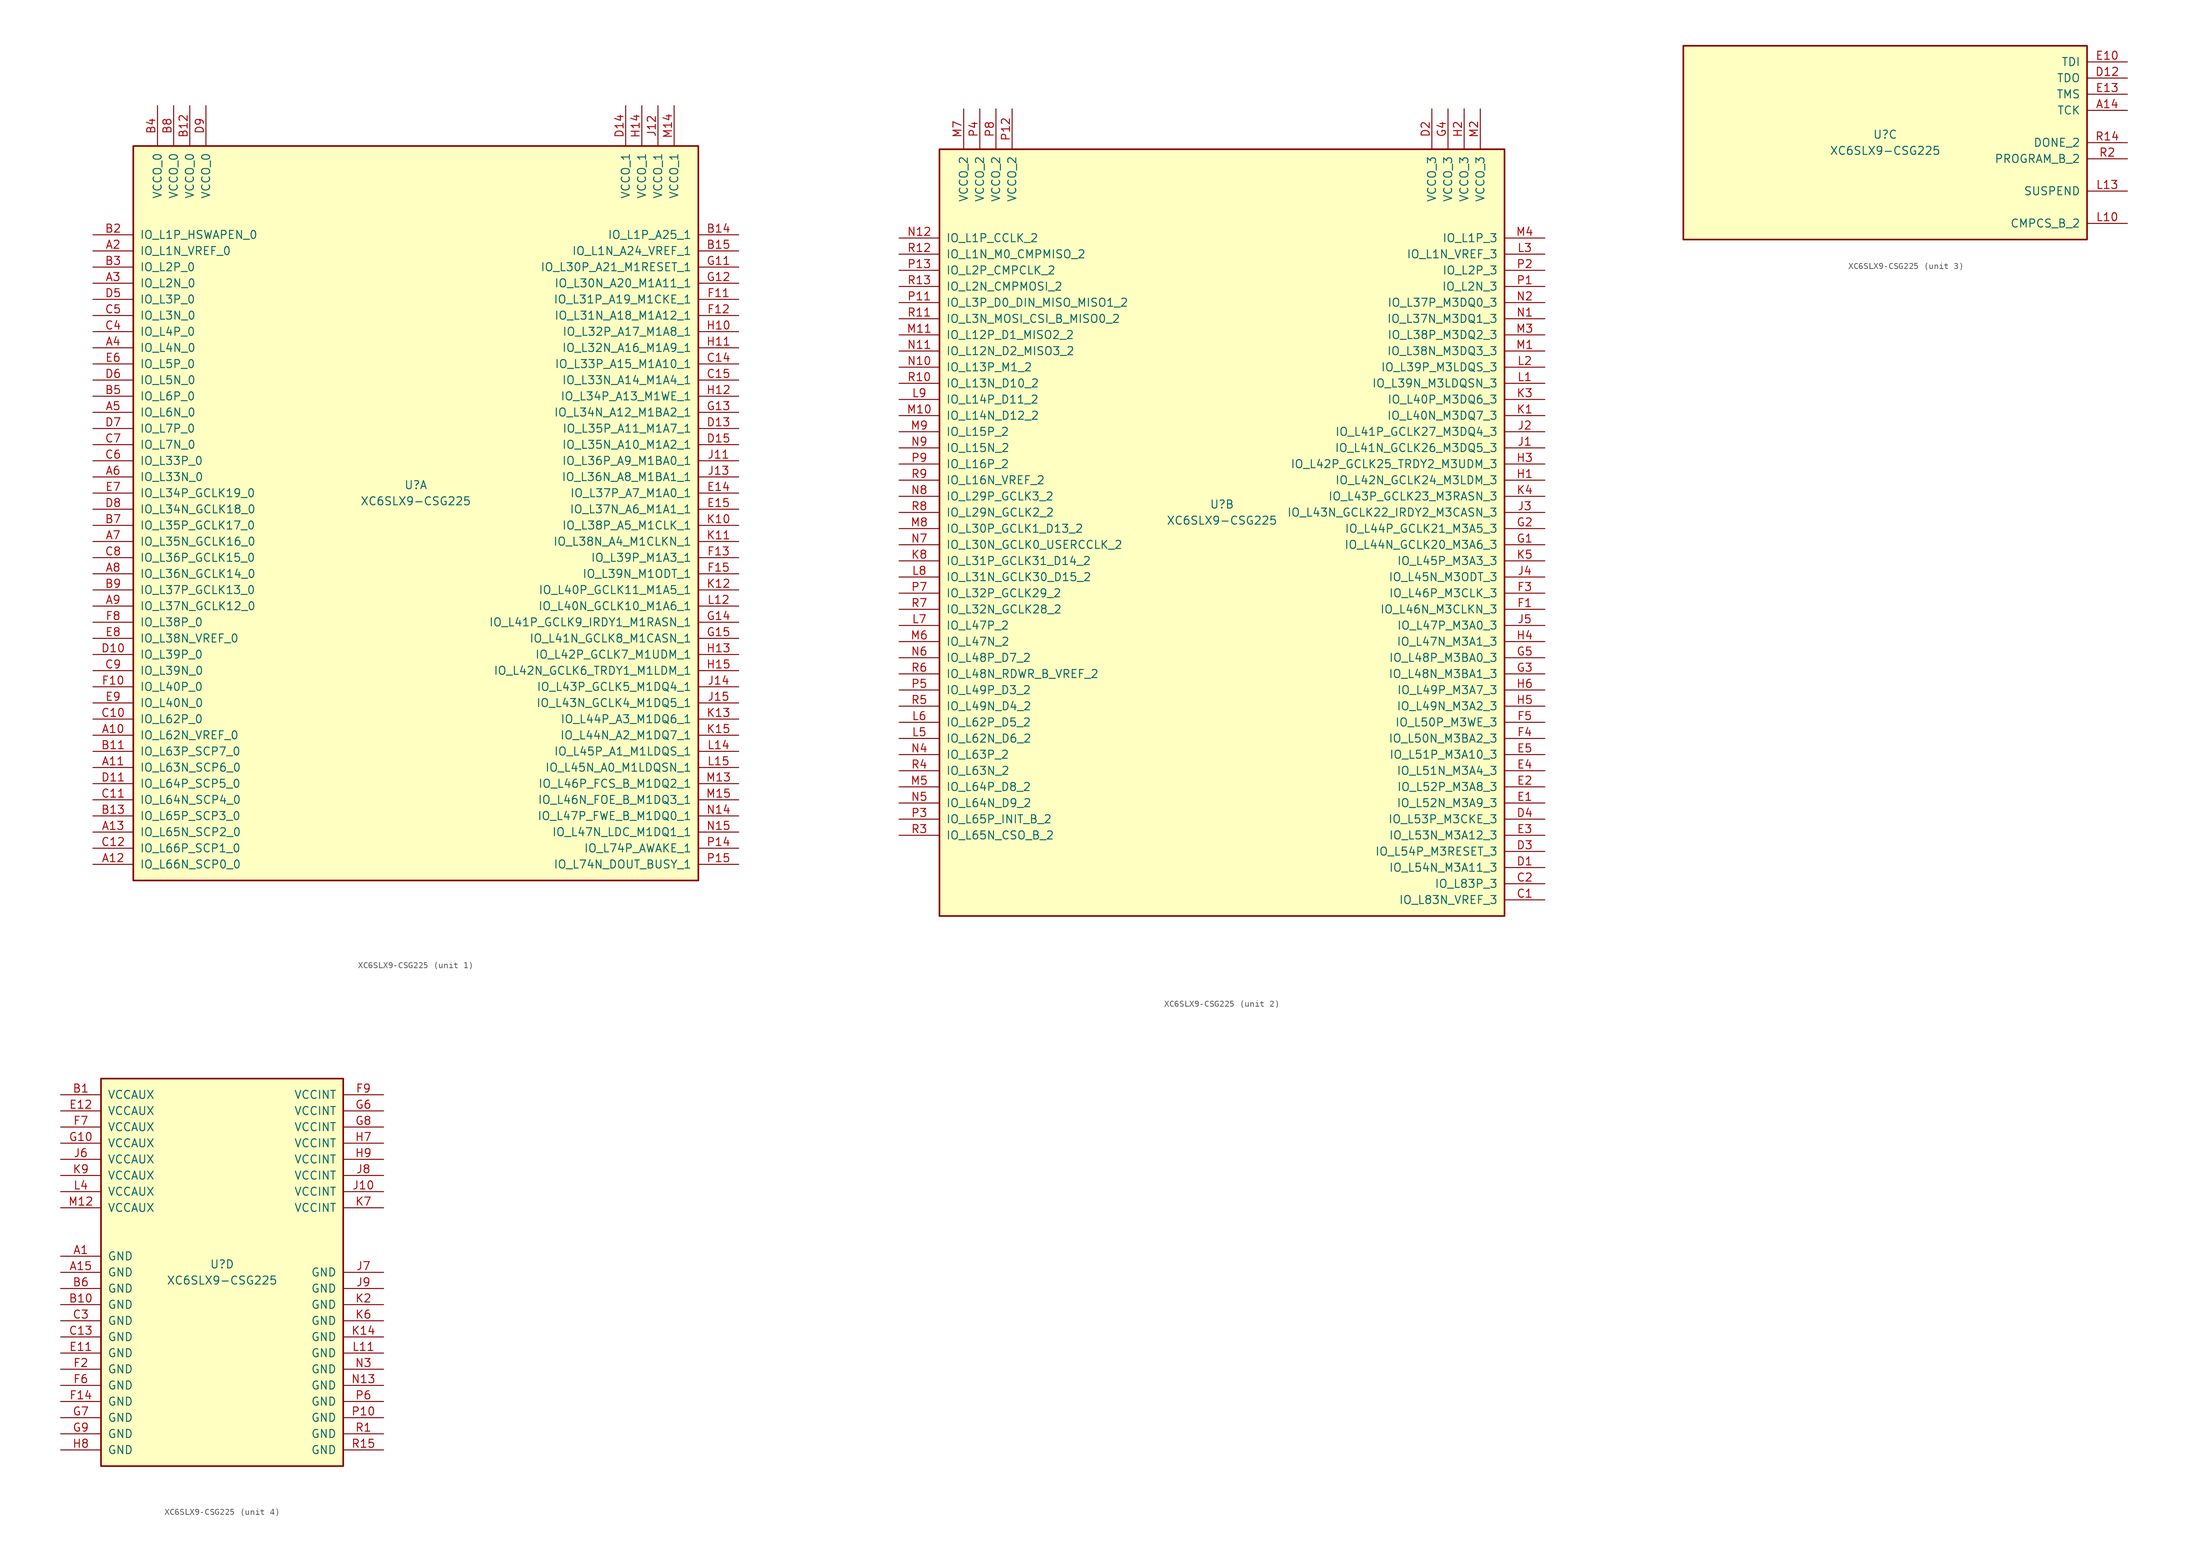
<source format=kicad_sym>
(kicad_symbol_lib
  (version 20220914)
  (generator kicad_symbol_editor)
  (symbol "XC6SLX9-CSG225"
    (pin_names
      (offset 1.016))
    (property "Reference" "U"
      (at 0 1.27 0)
      (effects (font (size 1.27 1.27))))
    (property "Value" "XC6SLX9-CSG225"
      (at 0 -1.27 0)
      (effects (font (size 1.27 1.27))))
    (property "Datasheet" ""
      (at 0 0 0)
      (effects (font (size 1.27 1.27))))
    (property "ki_locked" ""
      (at 0 0 0)
      (effects (font (size 1.27 1.27))))
    (symbol "XC6SLX9-CSG225_1_1"
      (rectangle (start -44.45 54.61) (end 44.45 -60.96) (stroke (width 0.254) (type default)) (fill (type background)))
      (pin bidirectional line (at -50.8 -38.1 0) (length 6.35) (name "IO_L62N_VREF_0" (effects (font (size 1.27 1.27)))) (number "A10" (effects (font (size 1.27 1.27)))))
      (pin bidirectional line (at -50.8 -43.18 0) (length 6.35) (name "IO_L63N_SCP6_0" (effects (font (size 1.27 1.27)))) (number "A11" (effects (font (size 1.27 1.27)))))
      (pin bidirectional line (at -50.8 -58.42 0) (length 6.35) (name "IO_L66N_SCP0_0" (effects (font (size 1.27 1.27)))) (number "A12" (effects (font (size 1.27 1.27)))))
      (pin bidirectional line (at -50.8 -53.34 0) (length 6.35) (name "IO_L65N_SCP2_0" (effects (font (size 1.27 1.27)))) (number "A13" (effects (font (size 1.27 1.27)))))
      (pin bidirectional line (at -50.8 38.1 0) (length 6.35) (name "IO_L1N_VREF_0" (effects (font (size 1.27 1.27)))) (number "A2" (effects (font (size 1.27 1.27)))))
      (pin bidirectional line (at -50.8 33.02 0) (length 6.35) (name "IO_L2N_0" (effects (font (size 1.27 1.27)))) (number "A3" (effects (font (size 1.27 1.27)))))
      (pin bidirectional line (at -50.8 22.86 0) (length 6.35) (name "IO_L4N_0" (effects (font (size 1.27 1.27)))) (number "A4" (effects (font (size 1.27 1.27)))))
      (pin bidirectional line (at -50.8 12.7 0) (length 6.35) (name "IO_L6N_0" (effects (font (size 1.27 1.27)))) (number "A5" (effects (font (size 1.27 1.27)))))
      (pin bidirectional line (at -50.8 2.54 0) (length 6.35) (name "IO_L33N_0" (effects (font (size 1.27 1.27)))) (number "A6" (effects (font (size 1.27 1.27)))))
      (pin bidirectional line (at -50.8 -7.62 0) (length 6.35) (name "IO_L35N_GCLK16_0" (effects (font (size 1.27 1.27)))) (number "A7" (effects (font (size 1.27 1.27)))))
      (pin bidirectional line (at -50.8 -12.7 0) (length 6.35) (name "IO_L36N_GCLK14_0" (effects (font (size 1.27 1.27)))) (number "A8" (effects (font (size 1.27 1.27)))))
      (pin bidirectional line (at -50.8 -17.78 0) (length 6.35) (name "IO_L37N_GCLK12_0" (effects (font (size 1.27 1.27)))) (number "A9" (effects (font (size 1.27 1.27)))))
      (pin bidirectional line (at -50.8 -40.64 0) (length 6.35) (name "IO_L63P_SCP7_0" (effects (font (size 1.27 1.27)))) (number "B11" (effects (font (size 1.27 1.27)))))
      (pin power_in line (at -35.56 60.96 270) (length 6.35) (name "VCCO_0" (effects (font (size 1.27 1.27)))) (number "B12" (effects (font (size 1.27 1.27)))))
      (pin bidirectional line (at -50.8 -50.8 0) (length 6.35) (name "IO_L65P_SCP3_0" (effects (font (size 1.27 1.27)))) (number "B13" (effects (font (size 1.27 1.27)))))
      (pin bidirectional line (at 50.8 40.64 180) (length 6.35) (name "IO_L1P_A25_1" (effects (font (size 1.27 1.27)))) (number "B14" (effects (font (size 1.27 1.27)))))
      (pin bidirectional line (at 50.8 38.1 180) (length 6.35) (name "IO_L1N_A24_VREF_1" (effects (font (size 1.27 1.27)))) (number "B15" (effects (font (size 1.27 1.27)))))
      (pin bidirectional line (at -50.8 40.64 0) (length 6.35) (name "IO_L1P_HSWAPEN_0" (effects (font (size 1.27 1.27)))) (number "B2" (effects (font (size 1.27 1.27)))))
      (pin bidirectional line (at -50.8 35.56 0) (length 6.35) (name "IO_L2P_0" (effects (font (size 1.27 1.27)))) (number "B3" (effects (font (size 1.27 1.27)))))
      (pin power_in line (at -40.64 60.96 270) (length 6.35) (name "VCCO_0" (effects (font (size 1.27 1.27)))) (number "B4" (effects (font (size 1.27 1.27)))))
      (pin bidirectional line (at -50.8 15.24 0) (length 6.35) (name "IO_L6P_0" (effects (font (size 1.27 1.27)))) (number "B5" (effects (font (size 1.27 1.27)))))
      (pin bidirectional line (at -50.8 -5.08 0) (length 6.35) (name "IO_L35P_GCLK17_0" (effects (font (size 1.27 1.27)))) (number "B7" (effects (font (size 1.27 1.27)))))
      (pin power_in line (at -38.1 60.96 270) (length 6.35) (name "VCCO_0" (effects (font (size 1.27 1.27)))) (number "B8" (effects (font (size 1.27 1.27)))))
      (pin bidirectional line (at -50.8 -15.24 0) (length 6.35) (name "IO_L37P_GCLK13_0" (effects (font (size 1.27 1.27)))) (number "B9" (effects (font (size 1.27 1.27)))))
      (pin bidirectional line (at -50.8 -35.56 0) (length 6.35) (name "IO_L62P_0" (effects (font (size 1.27 1.27)))) (number "C10" (effects (font (size 1.27 1.27)))))
      (pin bidirectional line (at -50.8 -48.26 0) (length 6.35) (name "IO_L64N_SCP4_0" (effects (font (size 1.27 1.27)))) (number "C11" (effects (font (size 1.27 1.27)))))
      (pin bidirectional line (at -50.8 -55.88 0) (length 6.35) (name "IO_L66P_SCP1_0" (effects (font (size 1.27 1.27)))) (number "C12" (effects (font (size 1.27 1.27)))))
      (pin bidirectional line (at 50.8 20.32 180) (length 6.35) (name "IO_L33P_A15_M1A10_1" (effects (font (size 1.27 1.27)))) (number "C14" (effects (font (size 1.27 1.27)))))
      (pin bidirectional line (at 50.8 17.78 180) (length 6.35) (name "IO_L33N_A14_M1A4_1" (effects (font (size 1.27 1.27)))) (number "C15" (effects (font (size 1.27 1.27)))))
      (pin bidirectional line (at -50.8 25.4 0) (length 6.35) (name "IO_L4P_0" (effects (font (size 1.27 1.27)))) (number "C4" (effects (font (size 1.27 1.27)))))
      (pin bidirectional line (at -50.8 27.94 0) (length 6.35) (name "IO_L3N_0" (effects (font (size 1.27 1.27)))) (number "C5" (effects (font (size 1.27 1.27)))))
      (pin bidirectional line (at -50.8 5.08 0) (length 6.35) (name "IO_L33P_0" (effects (font (size 1.27 1.27)))) (number "C6" (effects (font (size 1.27 1.27)))))
      (pin bidirectional line (at -50.8 7.62 0) (length 6.35) (name "IO_L7N_0" (effects (font (size 1.27 1.27)))) (number "C7" (effects (font (size 1.27 1.27)))))
      (pin bidirectional line (at -50.8 -10.16 0) (length 6.35) (name "IO_L36P_GCLK15_0" (effects (font (size 1.27 1.27)))) (number "C8" (effects (font (size 1.27 1.27)))))
      (pin bidirectional line (at -50.8 -27.94 0) (length 6.35) (name "IO_L39N_0" (effects (font (size 1.27 1.27)))) (number "C9" (effects (font (size 1.27 1.27)))))
      (pin bidirectional line (at -50.8 -25.4 0) (length 6.35) (name "IO_L39P_0" (effects (font (size 1.27 1.27)))) (number "D10" (effects (font (size 1.27 1.27)))))
      (pin bidirectional line (at -50.8 -45.72 0) (length 6.35) (name "IO_L64P_SCP5_0" (effects (font (size 1.27 1.27)))) (number "D11" (effects (font (size 1.27 1.27)))))
      (pin bidirectional line (at 50.8 10.16 180) (length 6.35) (name "IO_L35P_A11_M1A7_1" (effects (font (size 1.27 1.27)))) (number "D13" (effects (font (size 1.27 1.27)))))
      (pin power_in line (at 33.02 60.96 270) (length 6.35) (name "VCCO_1" (effects (font (size 1.27 1.27)))) (number "D14" (effects (font (size 1.27 1.27)))))
      (pin bidirectional line (at 50.8 7.62 180) (length 6.35) (name "IO_L35N_A10_M1A2_1" (effects (font (size 1.27 1.27)))) (number "D15" (effects (font (size 1.27 1.27)))))
      (pin bidirectional line (at -50.8 30.48 0) (length 6.35) (name "IO_L3P_0" (effects (font (size 1.27 1.27)))) (number "D5" (effects (font (size 1.27 1.27)))))
      (pin bidirectional line (at -50.8 17.78 0) (length 6.35) (name "IO_L5N_0" (effects (font (size 1.27 1.27)))) (number "D6" (effects (font (size 1.27 1.27)))))
      (pin bidirectional line (at -50.8 10.16 0) (length 6.35) (name "IO_L7P_0" (effects (font (size 1.27 1.27)))) (number "D7" (effects (font (size 1.27 1.27)))))
      (pin bidirectional line (at -50.8 -2.54 0) (length 6.35) (name "IO_L34N_GCLK18_0" (effects (font (size 1.27 1.27)))) (number "D8" (effects (font (size 1.27 1.27)))))
      (pin power_in line (at -33.02 60.96 270) (length 6.35) (name "VCCO_0" (effects (font (size 1.27 1.27)))) (number "D9" (effects (font (size 1.27 1.27)))))
      (pin bidirectional line (at 50.8 0 180) (length 6.35) (name "IO_L37P_A7_M1A0_1" (effects (font (size 1.27 1.27)))) (number "E14" (effects (font (size 1.27 1.27)))))
      (pin bidirectional line (at 50.8 -2.54 180) (length 6.35) (name "IO_L37N_A6_M1A1_1" (effects (font (size 1.27 1.27)))) (number "E15" (effects (font (size 1.27 1.27)))))
      (pin bidirectional line (at -50.8 20.32 0) (length 6.35) (name "IO_L5P_0" (effects (font (size 1.27 1.27)))) (number "E6" (effects (font (size 1.27 1.27)))))
      (pin bidirectional line (at -50.8 0 0) (length 6.35) (name "IO_L34P_GCLK19_0" (effects (font (size 1.27 1.27)))) (number "E7" (effects (font (size 1.27 1.27)))))
      (pin bidirectional line (at -50.8 -22.86 0) (length 6.35) (name "IO_L38N_VREF_0" (effects (font (size 1.27 1.27)))) (number "E8" (effects (font (size 1.27 1.27)))))
      (pin bidirectional line (at -50.8 -33.02 0) (length 6.35) (name "IO_L40N_0" (effects (font (size 1.27 1.27)))) (number "E9" (effects (font (size 1.27 1.27)))))
      (pin bidirectional line (at -50.8 -30.48 0) (length 6.35) (name "IO_L40P_0" (effects (font (size 1.27 1.27)))) (number "F10" (effects (font (size 1.27 1.27)))))
      (pin bidirectional line (at 50.8 30.48 180) (length 6.35) (name "IO_L31P_A19_M1CKE_1" (effects (font (size 1.27 1.27)))) (number "F11" (effects (font (size 1.27 1.27)))))
      (pin bidirectional line (at 50.8 27.94 180) (length 6.35) (name "IO_L31N_A18_M1A12_1" (effects (font (size 1.27 1.27)))) (number "F12" (effects (font (size 1.27 1.27)))))
      (pin bidirectional line (at 50.8 -10.16 180) (length 6.35) (name "IO_L39P_M1A3_1" (effects (font (size 1.27 1.27)))) (number "F13" (effects (font (size 1.27 1.27)))))
      (pin bidirectional line (at 50.8 -12.7 180) (length 6.35) (name "IO_L39N_M1ODT_1" (effects (font (size 1.27 1.27)))) (number "F15" (effects (font (size 1.27 1.27)))))
      (pin bidirectional line (at -50.8 -20.32 0) (length 6.35) (name "IO_L38P_0" (effects (font (size 1.27 1.27)))) (number "F8" (effects (font (size 1.27 1.27)))))
      (pin bidirectional line (at 50.8 35.56 180) (length 6.35) (name "IO_L30P_A21_M1RESET_1" (effects (font (size 1.27 1.27)))) (number "G11" (effects (font (size 1.27 1.27)))))
      (pin bidirectional line (at 50.8 33.02 180) (length 6.35) (name "IO_L30N_A20_M1A11_1" (effects (font (size 1.27 1.27)))) (number "G12" (effects (font (size 1.27 1.27)))))
      (pin bidirectional line (at 50.8 12.7 180) (length 6.35) (name "IO_L34N_A12_M1BA2_1" (effects (font (size 1.27 1.27)))) (number "G13" (effects (font (size 1.27 1.27)))))
      (pin bidirectional line (at 50.8 -20.32 180) (length 6.35) (name "IO_L41P_GCLK9_IRDY1_M1RASN_1" (effects (font (size 1.27 1.27)))) (number "G14" (effects (font (size 1.27 1.27)))))
      (pin bidirectional line (at 50.8 -22.86 180) (length 6.35) (name "IO_L41N_GCLK8_M1CASN_1" (effects (font (size 1.27 1.27)))) (number "G15" (effects (font (size 1.27 1.27)))))
      (pin bidirectional line (at 50.8 25.4 180) (length 6.35) (name "IO_L32P_A17_M1A8_1" (effects (font (size 1.27 1.27)))) (number "H10" (effects (font (size 1.27 1.27)))))
      (pin bidirectional line (at 50.8 22.86 180) (length 6.35) (name "IO_L32N_A16_M1A9_1" (effects (font (size 1.27 1.27)))) (number "H11" (effects (font (size 1.27 1.27)))))
      (pin bidirectional line (at 50.8 15.24 180) (length 6.35) (name "IO_L34P_A13_M1WE_1" (effects (font (size 1.27 1.27)))) (number "H12" (effects (font (size 1.27 1.27)))))
      (pin bidirectional line (at 50.8 -25.4 180) (length 6.35) (name "IO_L42P_GCLK7_M1UDM_1" (effects (font (size 1.27 1.27)))) (number "H13" (effects (font (size 1.27 1.27)))))
      (pin power_in line (at 35.56 60.96 270) (length 6.35) (name "VCCO_1" (effects (font (size 1.27 1.27)))) (number "H14" (effects (font (size 1.27 1.27)))))
      (pin bidirectional line (at 50.8 -27.94 180) (length 6.35) (name "IO_L42N_GCLK6_TRDY1_M1LDM_1" (effects (font (size 1.27 1.27)))) (number "H15" (effects (font (size 1.27 1.27)))))
      (pin bidirectional line (at 50.8 5.08 180) (length 6.35) (name "IO_L36P_A9_M1BA0_1" (effects (font (size 1.27 1.27)))) (number "J11" (effects (font (size 1.27 1.27)))))
      (pin power_in line (at 38.1 60.96 270) (length 6.35) (name "VCCO_1" (effects (font (size 1.27 1.27)))) (number "J12" (effects (font (size 1.27 1.27)))))
      (pin bidirectional line (at 50.8 2.54 180) (length 6.35) (name "IO_L36N_A8_M1BA1_1" (effects (font (size 1.27 1.27)))) (number "J13" (effects (font (size 1.27 1.27)))))
      (pin bidirectional line (at 50.8 -30.48 180) (length 6.35) (name "IO_L43P_GCLK5_M1DQ4_1" (effects (font (size 1.27 1.27)))) (number "J14" (effects (font (size 1.27 1.27)))))
      (pin bidirectional line (at 50.8 -33.02 180) (length 6.35) (name "IO_L43N_GCLK4_M1DQ5_1" (effects (font (size 1.27 1.27)))) (number "J15" (effects (font (size 1.27 1.27)))))
      (pin bidirectional line (at 50.8 -5.08 180) (length 6.35) (name "IO_L38P_A5_M1CLK_1" (effects (font (size 1.27 1.27)))) (number "K10" (effects (font (size 1.27 1.27)))))
      (pin bidirectional line (at 50.8 -7.62 180) (length 6.35) (name "IO_L38N_A4_M1CLKN_1" (effects (font (size 1.27 1.27)))) (number "K11" (effects (font (size 1.27 1.27)))))
      (pin bidirectional line (at 50.8 -15.24 180) (length 6.35) (name "IO_L40P_GCLK11_M1A5_1" (effects (font (size 1.27 1.27)))) (number "K12" (effects (font (size 1.27 1.27)))))
      (pin bidirectional line (at 50.8 -35.56 180) (length 6.35) (name "IO_L44P_A3_M1DQ6_1" (effects (font (size 1.27 1.27)))) (number "K13" (effects (font (size 1.27 1.27)))))
      (pin bidirectional line (at 50.8 -38.1 180) (length 6.35) (name "IO_L44N_A2_M1DQ7_1" (effects (font (size 1.27 1.27)))) (number "K15" (effects (font (size 1.27 1.27)))))
      (pin bidirectional line (at 50.8 -17.78 180) (length 6.35) (name "IO_L40N_GCLK10_M1A6_1" (effects (font (size 1.27 1.27)))) (number "L12" (effects (font (size 1.27 1.27)))))
      (pin bidirectional line (at 50.8 -40.64 180) (length 6.35) (name "IO_L45P_A1_M1LDQS_1" (effects (font (size 1.27 1.27)))) (number "L14" (effects (font (size 1.27 1.27)))))
      (pin bidirectional line (at 50.8 -43.18 180) (length 6.35) (name "IO_L45N_A0_M1LDQSN_1" (effects (font (size 1.27 1.27)))) (number "L15" (effects (font (size 1.27 1.27)))))
      (pin bidirectional line (at 50.8 -45.72 180) (length 6.35) (name "IO_L46P_FCS_B_M1DQ2_1" (effects (font (size 1.27 1.27)))) (number "M13" (effects (font (size 1.27 1.27)))))
      (pin power_in line (at 40.64 60.96 270) (length 6.35) (name "VCCO_1" (effects (font (size 1.27 1.27)))) (number "M14" (effects (font (size 1.27 1.27)))))
      (pin bidirectional line (at 50.8 -48.26 180) (length 6.35) (name "IO_L46N_FOE_B_M1DQ3_1" (effects (font (size 1.27 1.27)))) (number "M15" (effects (font (size 1.27 1.27)))))
      (pin bidirectional line (at 50.8 -50.8 180) (length 6.35) (name "IO_L47P_FWE_B_M1DQ0_1" (effects (font (size 1.27 1.27)))) (number "N14" (effects (font (size 1.27 1.27)))))
      (pin bidirectional line (at 50.8 -53.34 180) (length 6.35) (name "IO_L47N_LDC_M1DQ1_1" (effects (font (size 1.27 1.27)))) (number "N15" (effects (font (size 1.27 1.27)))))
      (pin bidirectional line (at 50.8 -55.88 180) (length 6.35) (name "IO_L74P_AWAKE_1" (effects (font (size 1.27 1.27)))) (number "P14" (effects (font (size 1.27 1.27)))))
      (pin bidirectional line (at 50.8 -58.42 180) (length 6.35) (name "IO_L74N_DOUT_BUSY_1" (effects (font (size 1.27 1.27)))) (number "P15" (effects (font (size 1.27 1.27))))))
    (symbol "XC6SLX9-CSG225_2_1"
      (rectangle (start -44.45 57.15) (end 44.45 -63.5) (stroke (width 0.254) (type default)) (fill (type background)))
      (pin bidirectional line (at 50.8 -60.96 180) (length 6.35) (name "IO_L83N_VREF_3" (effects (font (size 1.27 1.27)))) (number "C1" (effects (font (size 1.27 1.27)))))
      (pin bidirectional line (at 50.8 -58.42 180) (length 6.35) (name "IO_L83P_3" (effects (font (size 1.27 1.27)))) (number "C2" (effects (font (size 1.27 1.27)))))
      (pin bidirectional line (at 50.8 -55.88 180) (length 6.35) (name "IO_L54N_M3A11_3" (effects (font (size 1.27 1.27)))) (number "D1" (effects (font (size 1.27 1.27)))))
      (pin power_in line (at 33.02 63.5 270) (length 6.35) (name "VCCO_3" (effects (font (size 1.27 1.27)))) (number "D2" (effects (font (size 1.27 1.27)))))
      (pin bidirectional line (at 50.8 -53.34 180) (length 6.35) (name "IO_L54P_M3RESET_3" (effects (font (size 1.27 1.27)))) (number "D3" (effects (font (size 1.27 1.27)))))
      (pin bidirectional line (at 50.8 -48.26 180) (length 6.35) (name "IO_L53P_M3CKE_3" (effects (font (size 1.27 1.27)))) (number "D4" (effects (font (size 1.27 1.27)))))
      (pin bidirectional line (at 50.8 -45.72 180) (length 6.35) (name "IO_L52N_M3A9_3" (effects (font (size 1.27 1.27)))) (number "E1" (effects (font (size 1.27 1.27)))))
      (pin bidirectional line (at 50.8 -43.18 180) (length 6.35) (name "IO_L52P_M3A8_3" (effects (font (size 1.27 1.27)))) (number "E2" (effects (font (size 1.27 1.27)))))
      (pin bidirectional line (at 50.8 -50.8 180) (length 6.35) (name "IO_L53N_M3A12_3" (effects (font (size 1.27 1.27)))) (number "E3" (effects (font (size 1.27 1.27)))))
      (pin bidirectional line (at 50.8 -40.64 180) (length 6.35) (name "IO_L51N_M3A4_3" (effects (font (size 1.27 1.27)))) (number "E4" (effects (font (size 1.27 1.27)))))
      (pin bidirectional line (at 50.8 -38.1 180) (length 6.35) (name "IO_L51P_M3A10_3" (effects (font (size 1.27 1.27)))) (number "E5" (effects (font (size 1.27 1.27)))))
      (pin bidirectional line (at 50.8 -15.24 180) (length 6.35) (name "IO_L46N_M3CLKN_3" (effects (font (size 1.27 1.27)))) (number "F1" (effects (font (size 1.27 1.27)))))
      (pin bidirectional line (at 50.8 -12.7 180) (length 6.35) (name "IO_L46P_M3CLK_3" (effects (font (size 1.27 1.27)))) (number "F3" (effects (font (size 1.27 1.27)))))
      (pin bidirectional line (at 50.8 -35.56 180) (length 6.35) (name "IO_L50N_M3BA2_3" (effects (font (size 1.27 1.27)))) (number "F4" (effects (font (size 1.27 1.27)))))
      (pin bidirectional line (at 50.8 -33.02 180) (length 6.35) (name "IO_L50P_M3WE_3" (effects (font (size 1.27 1.27)))) (number "F5" (effects (font (size 1.27 1.27)))))
      (pin bidirectional line (at 50.8 -5.08 180) (length 6.35) (name "IO_L44N_GCLK20_M3A6_3" (effects (font (size 1.27 1.27)))) (number "G1" (effects (font (size 1.27 1.27)))))
      (pin bidirectional line (at 50.8 -2.54 180) (length 6.35) (name "IO_L44P_GCLK21_M3A5_3" (effects (font (size 1.27 1.27)))) (number "G2" (effects (font (size 1.27 1.27)))))
      (pin bidirectional line (at 50.8 -25.4 180) (length 6.35) (name "IO_L48N_M3BA1_3" (effects (font (size 1.27 1.27)))) (number "G3" (effects (font (size 1.27 1.27)))))
      (pin power_in line (at 35.56 63.5 270) (length 6.35) (name "VCCO_3" (effects (font (size 1.27 1.27)))) (number "G4" (effects (font (size 1.27 1.27)))))
      (pin bidirectional line (at 50.8 -22.86 180) (length 6.35) (name "IO_L48P_M3BA0_3" (effects (font (size 1.27 1.27)))) (number "G5" (effects (font (size 1.27 1.27)))))
      (pin bidirectional line (at 50.8 5.08 180) (length 6.35) (name "IO_L42N_GCLK24_M3LDM_3" (effects (font (size 1.27 1.27)))) (number "H1" (effects (font (size 1.27 1.27)))))
      (pin power_in line (at 38.1 63.5 270) (length 6.35) (name "VCCO_3" (effects (font (size 1.27 1.27)))) (number "H2" (effects (font (size 1.27 1.27)))))
      (pin bidirectional line (at 50.8 7.62 180) (length 6.35) (name "IO_L42P_GCLK25_TRDY2_M3UDM_3" (effects (font (size 1.27 1.27)))) (number "H3" (effects (font (size 1.27 1.27)))))
      (pin bidirectional line (at 50.8 -20.32 180) (length 6.35) (name "IO_L47N_M3A1_3" (effects (font (size 1.27 1.27)))) (number "H4" (effects (font (size 1.27 1.27)))))
      (pin bidirectional line (at 50.8 -30.48 180) (length 6.35) (name "IO_L49N_M3A2_3" (effects (font (size 1.27 1.27)))) (number "H5" (effects (font (size 1.27 1.27)))))
      (pin bidirectional line (at 50.8 -27.94 180) (length 6.35) (name "IO_L49P_M3A7_3" (effects (font (size 1.27 1.27)))) (number "H6" (effects (font (size 1.27 1.27)))))
      (pin bidirectional line (at 50.8 10.16 180) (length 6.35) (name "IO_L41N_GCLK26_M3DQ5_3" (effects (font (size 1.27 1.27)))) (number "J1" (effects (font (size 1.27 1.27)))))
      (pin bidirectional line (at 50.8 12.7 180) (length 6.35) (name "IO_L41P_GCLK27_M3DQ4_3" (effects (font (size 1.27 1.27)))) (number "J2" (effects (font (size 1.27 1.27)))))
      (pin bidirectional line (at 50.8 0 180) (length 6.35) (name "IO_L43N_GCLK22_IRDY2_M3CASN_3" (effects (font (size 1.27 1.27)))) (number "J3" (effects (font (size 1.27 1.27)))))
      (pin bidirectional line (at 50.8 -10.16 180) (length 6.35) (name "IO_L45N_M3ODT_3" (effects (font (size 1.27 1.27)))) (number "J4" (effects (font (size 1.27 1.27)))))
      (pin bidirectional line (at 50.8 -17.78 180) (length 6.35) (name "IO_L47P_M3A0_3" (effects (font (size 1.27 1.27)))) (number "J5" (effects (font (size 1.27 1.27)))))
      (pin bidirectional line (at 50.8 15.24 180) (length 6.35) (name "IO_L40N_M3DQ7_3" (effects (font (size 1.27 1.27)))) (number "K1" (effects (font (size 1.27 1.27)))))
      (pin bidirectional line (at 50.8 17.78 180) (length 6.35) (name "IO_L40P_M3DQ6_3" (effects (font (size 1.27 1.27)))) (number "K3" (effects (font (size 1.27 1.27)))))
      (pin bidirectional line (at 50.8 2.54 180) (length 6.35) (name "IO_L43P_GCLK23_M3RASN_3" (effects (font (size 1.27 1.27)))) (number "K4" (effects (font (size 1.27 1.27)))))
      (pin bidirectional line (at 50.8 -7.62 180) (length 6.35) (name "IO_L45P_M3A3_3" (effects (font (size 1.27 1.27)))) (number "K5" (effects (font (size 1.27 1.27)))))
      (pin bidirectional line (at -50.8 -7.62 0) (length 6.35) (name "IO_L31P_GCLK31_D14_2" (effects (font (size 1.27 1.27)))) (number "K8" (effects (font (size 1.27 1.27)))))
      (pin bidirectional line (at 50.8 20.32 180) (length 6.35) (name "IO_L39N_M3LDQSN_3" (effects (font (size 1.27 1.27)))) (number "L1" (effects (font (size 1.27 1.27)))))
      (pin bidirectional line (at 50.8 22.86 180) (length 6.35) (name "IO_L39P_M3LDQS_3" (effects (font (size 1.27 1.27)))) (number "L2" (effects (font (size 1.27 1.27)))))
      (pin bidirectional line (at 50.8 40.64 180) (length 6.35) (name "IO_L1N_VREF_3" (effects (font (size 1.27 1.27)))) (number "L3" (effects (font (size 1.27 1.27)))))
      (pin bidirectional line (at -50.8 -35.56 0) (length 6.35) (name "IO_L62N_D6_2" (effects (font (size 1.27 1.27)))) (number "L5" (effects (font (size 1.27 1.27)))))
      (pin bidirectional line (at -50.8 -33.02 0) (length 6.35) (name "IO_L62P_D5_2" (effects (font (size 1.27 1.27)))) (number "L6" (effects (font (size 1.27 1.27)))))
      (pin bidirectional line (at -50.8 -17.78 0) (length 6.35) (name "IO_L47P_2" (effects (font (size 1.27 1.27)))) (number "L7" (effects (font (size 1.27 1.27)))))
      (pin bidirectional line (at -50.8 -10.16 0) (length 6.35) (name "IO_L31N_GCLK30_D15_2" (effects (font (size 1.27 1.27)))) (number "L8" (effects (font (size 1.27 1.27)))))
      (pin bidirectional line (at -50.8 17.78 0) (length 6.35) (name "IO_L14P_D11_2" (effects (font (size 1.27 1.27)))) (number "L9" (effects (font (size 1.27 1.27)))))
      (pin bidirectional line (at 50.8 25.4 180) (length 6.35) (name "IO_L38N_M3DQ3_3" (effects (font (size 1.27 1.27)))) (number "M1" (effects (font (size 1.27 1.27)))))
      (pin bidirectional line (at -50.8 15.24 0) (length 6.35) (name "IO_L14N_D12_2" (effects (font (size 1.27 1.27)))) (number "M10" (effects (font (size 1.27 1.27)))))
      (pin bidirectional line (at -50.8 27.94 0) (length 6.35) (name "IO_L12P_D1_MISO2_2" (effects (font (size 1.27 1.27)))) (number "M11" (effects (font (size 1.27 1.27)))))
      (pin power_in line (at 40.64 63.5 270) (length 6.35) (name "VCCO_3" (effects (font (size 1.27 1.27)))) (number "M2" (effects (font (size 1.27 1.27)))))
      (pin bidirectional line (at 50.8 27.94 180) (length 6.35) (name "IO_L38P_M3DQ2_3" (effects (font (size 1.27 1.27)))) (number "M3" (effects (font (size 1.27 1.27)))))
      (pin bidirectional line (at 50.8 43.18 180) (length 6.35) (name "IO_L1P_3" (effects (font (size 1.27 1.27)))) (number "M4" (effects (font (size 1.27 1.27)))))
      (pin bidirectional line (at -50.8 -43.18 0) (length 6.35) (name "IO_L64P_D8_2" (effects (font (size 1.27 1.27)))) (number "M5" (effects (font (size 1.27 1.27)))))
      (pin bidirectional line (at -50.8 -20.32 0) (length 6.35) (name "IO_L47N_2" (effects (font (size 1.27 1.27)))) (number "M6" (effects (font (size 1.27 1.27)))))
      (pin power_in line (at -40.64 63.5 270) (length 6.35) (name "VCCO_2" (effects (font (size 1.27 1.27)))) (number "M7" (effects (font (size 1.27 1.27)))))
      (pin bidirectional line (at -50.8 -2.54 0) (length 6.35) (name "IO_L30P_GCLK1_D13_2" (effects (font (size 1.27 1.27)))) (number "M8" (effects (font (size 1.27 1.27)))))
      (pin bidirectional line (at -50.8 12.7 0) (length 6.35) (name "IO_L15P_2" (effects (font (size 1.27 1.27)))) (number "M9" (effects (font (size 1.27 1.27)))))
      (pin bidirectional line (at 50.8 30.48 180) (length 6.35) (name "IO_L37N_M3DQ1_3" (effects (font (size 1.27 1.27)))) (number "N1" (effects (font (size 1.27 1.27)))))
      (pin bidirectional line (at -50.8 22.86 0) (length 6.35) (name "IO_L13P_M1_2" (effects (font (size 1.27 1.27)))) (number "N10" (effects (font (size 1.27 1.27)))))
      (pin bidirectional line (at -50.8 25.4 0) (length 6.35) (name "IO_L12N_D2_MISO3_2" (effects (font (size 1.27 1.27)))) (number "N11" (effects (font (size 1.27 1.27)))))
      (pin bidirectional line (at -50.8 43.18 0) (length 6.35) (name "IO_L1P_CCLK_2" (effects (font (size 1.27 1.27)))) (number "N12" (effects (font (size 1.27 1.27)))))
      (pin bidirectional line (at 50.8 33.02 180) (length 6.35) (name "IO_L37P_M3DQ0_3" (effects (font (size 1.27 1.27)))) (number "N2" (effects (font (size 1.27 1.27)))))
      (pin bidirectional line (at -50.8 -38.1 0) (length 6.35) (name "IO_L63P_2" (effects (font (size 1.27 1.27)))) (number "N4" (effects (font (size 1.27 1.27)))))
      (pin bidirectional line (at -50.8 -45.72 0) (length 6.35) (name "IO_L64N_D9_2" (effects (font (size 1.27 1.27)))) (number "N5" (effects (font (size 1.27 1.27)))))
      (pin bidirectional line (at -50.8 -22.86 0) (length 6.35) (name "IO_L48P_D7_2" (effects (font (size 1.27 1.27)))) (number "N6" (effects (font (size 1.27 1.27)))))
      (pin bidirectional line (at -50.8 -5.08 0) (length 6.35) (name "IO_L30N_GCLK0_USERCCLK_2" (effects (font (size 1.27 1.27)))) (number "N7" (effects (font (size 1.27 1.27)))))
      (pin bidirectional line (at -50.8 2.54 0) (length 6.35) (name "IO_L29P_GCLK3_2" (effects (font (size 1.27 1.27)))) (number "N8" (effects (font (size 1.27 1.27)))))
      (pin bidirectional line (at -50.8 10.16 0) (length 6.35) (name "IO_L15N_2" (effects (font (size 1.27 1.27)))) (number "N9" (effects (font (size 1.27 1.27)))))
      (pin bidirectional line (at 50.8 35.56 180) (length 6.35) (name "IO_L2N_3" (effects (font (size 1.27 1.27)))) (number "P1" (effects (font (size 1.27 1.27)))))
      (pin bidirectional line (at -50.8 33.02 0) (length 6.35) (name "IO_L3P_D0_DIN_MISO_MISO1_2" (effects (font (size 1.27 1.27)))) (number "P11" (effects (font (size 1.27 1.27)))))
      (pin power_in line (at -33.02 63.5 270) (length 6.35) (name "VCCO_2" (effects (font (size 1.27 1.27)))) (number "P12" (effects (font (size 1.27 1.27)))))
      (pin bidirectional line (at -50.8 38.1 0) (length 6.35) (name "IO_L2P_CMPCLK_2" (effects (font (size 1.27 1.27)))) (number "P13" (effects (font (size 1.27 1.27)))))
      (pin bidirectional line (at 50.8 38.1 180) (length 6.35) (name "IO_L2P_3" (effects (font (size 1.27 1.27)))) (number "P2" (effects (font (size 1.27 1.27)))))
      (pin bidirectional line (at -50.8 -48.26 0) (length 6.35) (name "IO_L65P_INIT_B_2" (effects (font (size 1.27 1.27)))) (number "P3" (effects (font (size 1.27 1.27)))))
      (pin power_in line (at -38.1 63.5 270) (length 6.35) (name "VCCO_2" (effects (font (size 1.27 1.27)))) (number "P4" (effects (font (size 1.27 1.27)))))
      (pin bidirectional line (at -50.8 -27.94 0) (length 6.35) (name "IO_L49P_D3_2" (effects (font (size 1.27 1.27)))) (number "P5" (effects (font (size 1.27 1.27)))))
      (pin bidirectional line (at -50.8 -12.7 0) (length 6.35) (name "IO_L32P_GCLK29_2" (effects (font (size 1.27 1.27)))) (number "P7" (effects (font (size 1.27 1.27)))))
      (pin power_in line (at -35.56 63.5 270) (length 6.35) (name "VCCO_2" (effects (font (size 1.27 1.27)))) (number "P8" (effects (font (size 1.27 1.27)))))
      (pin bidirectional line (at -50.8 7.62 0) (length 6.35) (name "IO_L16P_2" (effects (font (size 1.27 1.27)))) (number "P9" (effects (font (size 1.27 1.27)))))
      (pin bidirectional line (at -50.8 20.32 0) (length 6.35) (name "IO_L13N_D10_2" (effects (font (size 1.27 1.27)))) (number "R10" (effects (font (size 1.27 1.27)))))
      (pin bidirectional line (at -50.8 30.48 0) (length 6.35) (name "IO_L3N_MOSI_CSI_B_MISO0_2" (effects (font (size 1.27 1.27)))) (number "R11" (effects (font (size 1.27 1.27)))))
      (pin bidirectional line (at -50.8 40.64 0) (length 6.35) (name "IO_L1N_M0_CMPMISO_2" (effects (font (size 1.27 1.27)))) (number "R12" (effects (font (size 1.27 1.27)))))
      (pin bidirectional line (at -50.8 35.56 0) (length 6.35) (name "IO_L2N_CMPMOSI_2" (effects (font (size 1.27 1.27)))) (number "R13" (effects (font (size 1.27 1.27)))))
      (pin bidirectional line (at -50.8 -50.8 0) (length 6.35) (name "IO_L65N_CSO_B_2" (effects (font (size 1.27 1.27)))) (number "R3" (effects (font (size 1.27 1.27)))))
      (pin bidirectional line (at -50.8 -40.64 0) (length 6.35) (name "IO_L63N_2" (effects (font (size 1.27 1.27)))) (number "R4" (effects (font (size 1.27 1.27)))))
      (pin bidirectional line (at -50.8 -30.48 0) (length 6.35) (name "IO_L49N_D4_2" (effects (font (size 1.27 1.27)))) (number "R5" (effects (font (size 1.27 1.27)))))
      (pin bidirectional line (at -50.8 -25.4 0) (length 6.35) (name "IO_L48N_RDWR_B_VREF_2" (effects (font (size 1.27 1.27)))) (number "R6" (effects (font (size 1.27 1.27)))))
      (pin bidirectional line (at -50.8 -15.24 0) (length 6.35) (name "IO_L32N_GCLK28_2" (effects (font (size 1.27 1.27)))) (number "R7" (effects (font (size 1.27 1.27)))))
      (pin bidirectional line (at -50.8 0 0) (length 6.35) (name "IO_L29N_GCLK2_2" (effects (font (size 1.27 1.27)))) (number "R8" (effects (font (size 1.27 1.27)))))
      (pin bidirectional line (at -50.8 5.08 0) (length 6.35) (name "IO_L16N_VREF_2" (effects (font (size 1.27 1.27)))) (number "R9" (effects (font (size 1.27 1.27))))))
    (symbol "XC6SLX9-CSG225_3_1"
      (rectangle (start -31.75 15.24) (end 31.75 -15.24) (stroke (width 0.254) (type default)) (fill (type background)))
      (pin bidirectional line (at 38.1 5.08 180) (length 6.35) (name "TCK" (effects (font (size 1.27 1.27)))) (number "A14" (effects (font (size 1.27 1.27)))))
      (pin bidirectional line (at 38.1 10.16 180) (length 6.35) (name "TDO" (effects (font (size 1.27 1.27)))) (number "D12" (effects (font (size 1.27 1.27)))))
      (pin bidirectional line (at 38.1 12.7 180) (length 6.35) (name "TDI" (effects (font (size 1.27 1.27)))) (number "E10" (effects (font (size 1.27 1.27)))))
      (pin bidirectional line (at 38.1 7.62 180) (length 6.35) (name "TMS" (effects (font (size 1.27 1.27)))) (number "E13" (effects (font (size 1.27 1.27)))))
      (pin bidirectional line (at 38.1 -12.7 180) (length 6.35) (name "CMPCS_B_2" (effects (font (size 1.27 1.27)))) (number "L10" (effects (font (size 1.27 1.27)))))
      (pin bidirectional line (at 38.1 -7.62 180) (length 6.35) (name "SUSPEND" (effects (font (size 1.27 1.27)))) (number "L13" (effects (font (size 1.27 1.27)))))
      (pin bidirectional line (at 38.1 0 180) (length 6.35) (name "DONE_2" (effects (font (size 1.27 1.27)))) (number "R14" (effects (font (size 1.27 1.27)))))
      (pin bidirectional line (at 38.1 -2.54 180) (length 6.35) (name "PROGRAM_B_2" (effects (font (size 1.27 1.27)))) (number "R2" (effects (font (size 1.27 1.27))))))
    (symbol "XC6SLX9-CSG225_4_1"
      (rectangle (start -19.05 30.48) (end 19.05 -30.48) (stroke (width 0.254) (type default)) (fill (type background)))
      (pin power_in line (at -25.4 2.54 0) (length 6.35) (name "GND" (effects (font (size 1.27 1.27)))) (number "A1" (effects (font (size 1.27 1.27)))))
      (pin power_in line (at -25.4 0 0) (length 6.35) (name "GND" (effects (font (size 1.27 1.27)))) (number "A15" (effects (font (size 1.27 1.27)))))
      (pin power_in line (at -25.4 27.94 0) (length 6.35) (name "VCCAUX" (effects (font (size 1.27 1.27)))) (number "B1" (effects (font (size 1.27 1.27)))))
      (pin power_in line (at -25.4 -5.08 0) (length 6.35) (name "GND" (effects (font (size 1.27 1.27)))) (number "B10" (effects (font (size 1.27 1.27)))))
      (pin power_in line (at -25.4 -2.54 0) (length 6.35) (name "GND" (effects (font (size 1.27 1.27)))) (number "B6" (effects (font (size 1.27 1.27)))))
      (pin power_in line (at -25.4 -10.16 0) (length 6.35) (name "GND" (effects (font (size 1.27 1.27)))) (number "C13" (effects (font (size 1.27 1.27)))))
      (pin power_in line (at -25.4 -7.62 0) (length 6.35) (name "GND" (effects (font (size 1.27 1.27)))) (number "C3" (effects (font (size 1.27 1.27)))))
      (pin power_in line (at -25.4 -12.7 0) (length 6.35) (name "GND" (effects (font (size 1.27 1.27)))) (number "E11" (effects (font (size 1.27 1.27)))))
      (pin power_in line (at -25.4 25.4 0) (length 6.35) (name "VCCAUX" (effects (font (size 1.27 1.27)))) (number "E12" (effects (font (size 1.27 1.27)))))
      (pin power_in line (at -25.4 -20.32 0) (length 6.35) (name "GND" (effects (font (size 1.27 1.27)))) (number "F14" (effects (font (size 1.27 1.27)))))
      (pin power_in line (at -25.4 -15.24 0) (length 6.35) (name "GND" (effects (font (size 1.27 1.27)))) (number "F2" (effects (font (size 1.27 1.27)))))
      (pin power_in line (at -25.4 -17.78 0) (length 6.35) (name "GND" (effects (font (size 1.27 1.27)))) (number "F6" (effects (font (size 1.27 1.27)))))
      (pin power_in line (at -25.4 22.86 0) (length 6.35) (name "VCCAUX" (effects (font (size 1.27 1.27)))) (number "F7" (effects (font (size 1.27 1.27)))))
      (pin power_in line (at 25.4 27.94 180) (length 6.35) (name "VCCINT" (effects (font (size 1.27 1.27)))) (number "F9" (effects (font (size 1.27 1.27)))))
      (pin power_in line (at -25.4 20.32 0) (length 6.35) (name "VCCAUX" (effects (font (size 1.27 1.27)))) (number "G10" (effects (font (size 1.27 1.27)))))
      (pin power_in line (at 25.4 25.4 180) (length 6.35) (name "VCCINT" (effects (font (size 1.27 1.27)))) (number "G6" (effects (font (size 1.27 1.27)))))
      (pin power_in line (at -25.4 -22.86 0) (length 6.35) (name "GND" (effects (font (size 1.27 1.27)))) (number "G7" (effects (font (size 1.27 1.27)))))
      (pin power_in line (at 25.4 22.86 180) (length 6.35) (name "VCCINT" (effects (font (size 1.27 1.27)))) (number "G8" (effects (font (size 1.27 1.27)))))
      (pin power_in line (at -25.4 -25.4 0) (length 6.35) (name "GND" (effects (font (size 1.27 1.27)))) (number "G9" (effects (font (size 1.27 1.27)))))
      (pin power_in line (at 25.4 20.32 180) (length 6.35) (name "VCCINT" (effects (font (size 1.27 1.27)))) (number "H7" (effects (font (size 1.27 1.27)))))
      (pin power_in line (at -25.4 -27.94 0) (length 6.35) (name "GND" (effects (font (size 1.27 1.27)))) (number "H8" (effects (font (size 1.27 1.27)))))
      (pin power_in line (at 25.4 17.78 180) (length 6.35) (name "VCCINT" (effects (font (size 1.27 1.27)))) (number "H9" (effects (font (size 1.27 1.27)))))
      (pin power_in line (at 25.4 12.7 180) (length 6.35) (name "VCCINT" (effects (font (size 1.27 1.27)))) (number "J10" (effects (font (size 1.27 1.27)))))
      (pin power_in line (at -25.4 17.78 0) (length 6.35) (name "VCCAUX" (effects (font (size 1.27 1.27)))) (number "J6" (effects (font (size 1.27 1.27)))))
      (pin power_in line (at 25.4 0 180) (length 6.35) (name "GND" (effects (font (size 1.27 1.27)))) (number "J7" (effects (font (size 1.27 1.27)))))
      (pin power_in line (at 25.4 15.24 180) (length 6.35) (name "VCCINT" (effects (font (size 1.27 1.27)))) (number "J8" (effects (font (size 1.27 1.27)))))
      (pin power_in line (at 25.4 -2.54 180) (length 6.35) (name "GND" (effects (font (size 1.27 1.27)))) (number "J9" (effects (font (size 1.27 1.27)))))
      (pin power_in line (at 25.4 -10.16 180) (length 6.35) (name "GND" (effects (font (size 1.27 1.27)))) (number "K14" (effects (font (size 1.27 1.27)))))
      (pin power_in line (at 25.4 -5.08 180) (length 6.35) (name "GND" (effects (font (size 1.27 1.27)))) (number "K2" (effects (font (size 1.27 1.27)))))
      (pin power_in line (at 25.4 -7.62 180) (length 6.35) (name "GND" (effects (font (size 1.27 1.27)))) (number "K6" (effects (font (size 1.27 1.27)))))
      (pin power_in line (at 25.4 10.16 180) (length 6.35) (name "VCCINT" (effects (font (size 1.27 1.27)))) (number "K7" (effects (font (size 1.27 1.27)))))
      (pin power_in line (at -25.4 15.24 0) (length 6.35) (name "VCCAUX" (effects (font (size 1.27 1.27)))) (number "K9" (effects (font (size 1.27 1.27)))))
      (pin power_in line (at 25.4 -12.7 180) (length 6.35) (name "GND" (effects (font (size 1.27 1.27)))) (number "L11" (effects (font (size 1.27 1.27)))))
      (pin power_in line (at -25.4 12.7 0) (length 6.35) (name "VCCAUX" (effects (font (size 1.27 1.27)))) (number "L4" (effects (font (size 1.27 1.27)))))
      (pin power_in line (at -25.4 10.16 0) (length 6.35) (name "VCCAUX" (effects (font (size 1.27 1.27)))) (number "M12" (effects (font (size 1.27 1.27)))))
      (pin power_in line (at 25.4 -17.78 180) (length 6.35) (name "GND" (effects (font (size 1.27 1.27)))) (number "N13" (effects (font (size 1.27 1.27)))))
      (pin power_in line (at 25.4 -15.24 180) (length 6.35) (name "GND" (effects (font (size 1.27 1.27)))) (number "N3" (effects (font (size 1.27 1.27)))))
      (pin power_in line (at 25.4 -22.86 180) (length 6.35) (name "GND" (effects (font (size 1.27 1.27)))) (number "P10" (effects (font (size 1.27 1.27)))))
      (pin power_in line (at 25.4 -20.32 180) (length 6.35) (name "GND" (effects (font (size 1.27 1.27)))) (number "P6" (effects (font (size 1.27 1.27)))))
      (pin power_in line (at 25.4 -25.4 180) (length 6.35) (name "GND" (effects (font (size 1.27 1.27)))) (number "R1" (effects (font (size 1.27 1.27)))))
      (pin power_in line (at 25.4 -27.94 180) (length 6.35) (name "GND" (effects (font (size 1.27 1.27)))) (number "R15" (effects (font (size 1.27 1.27))))))))
</source>
